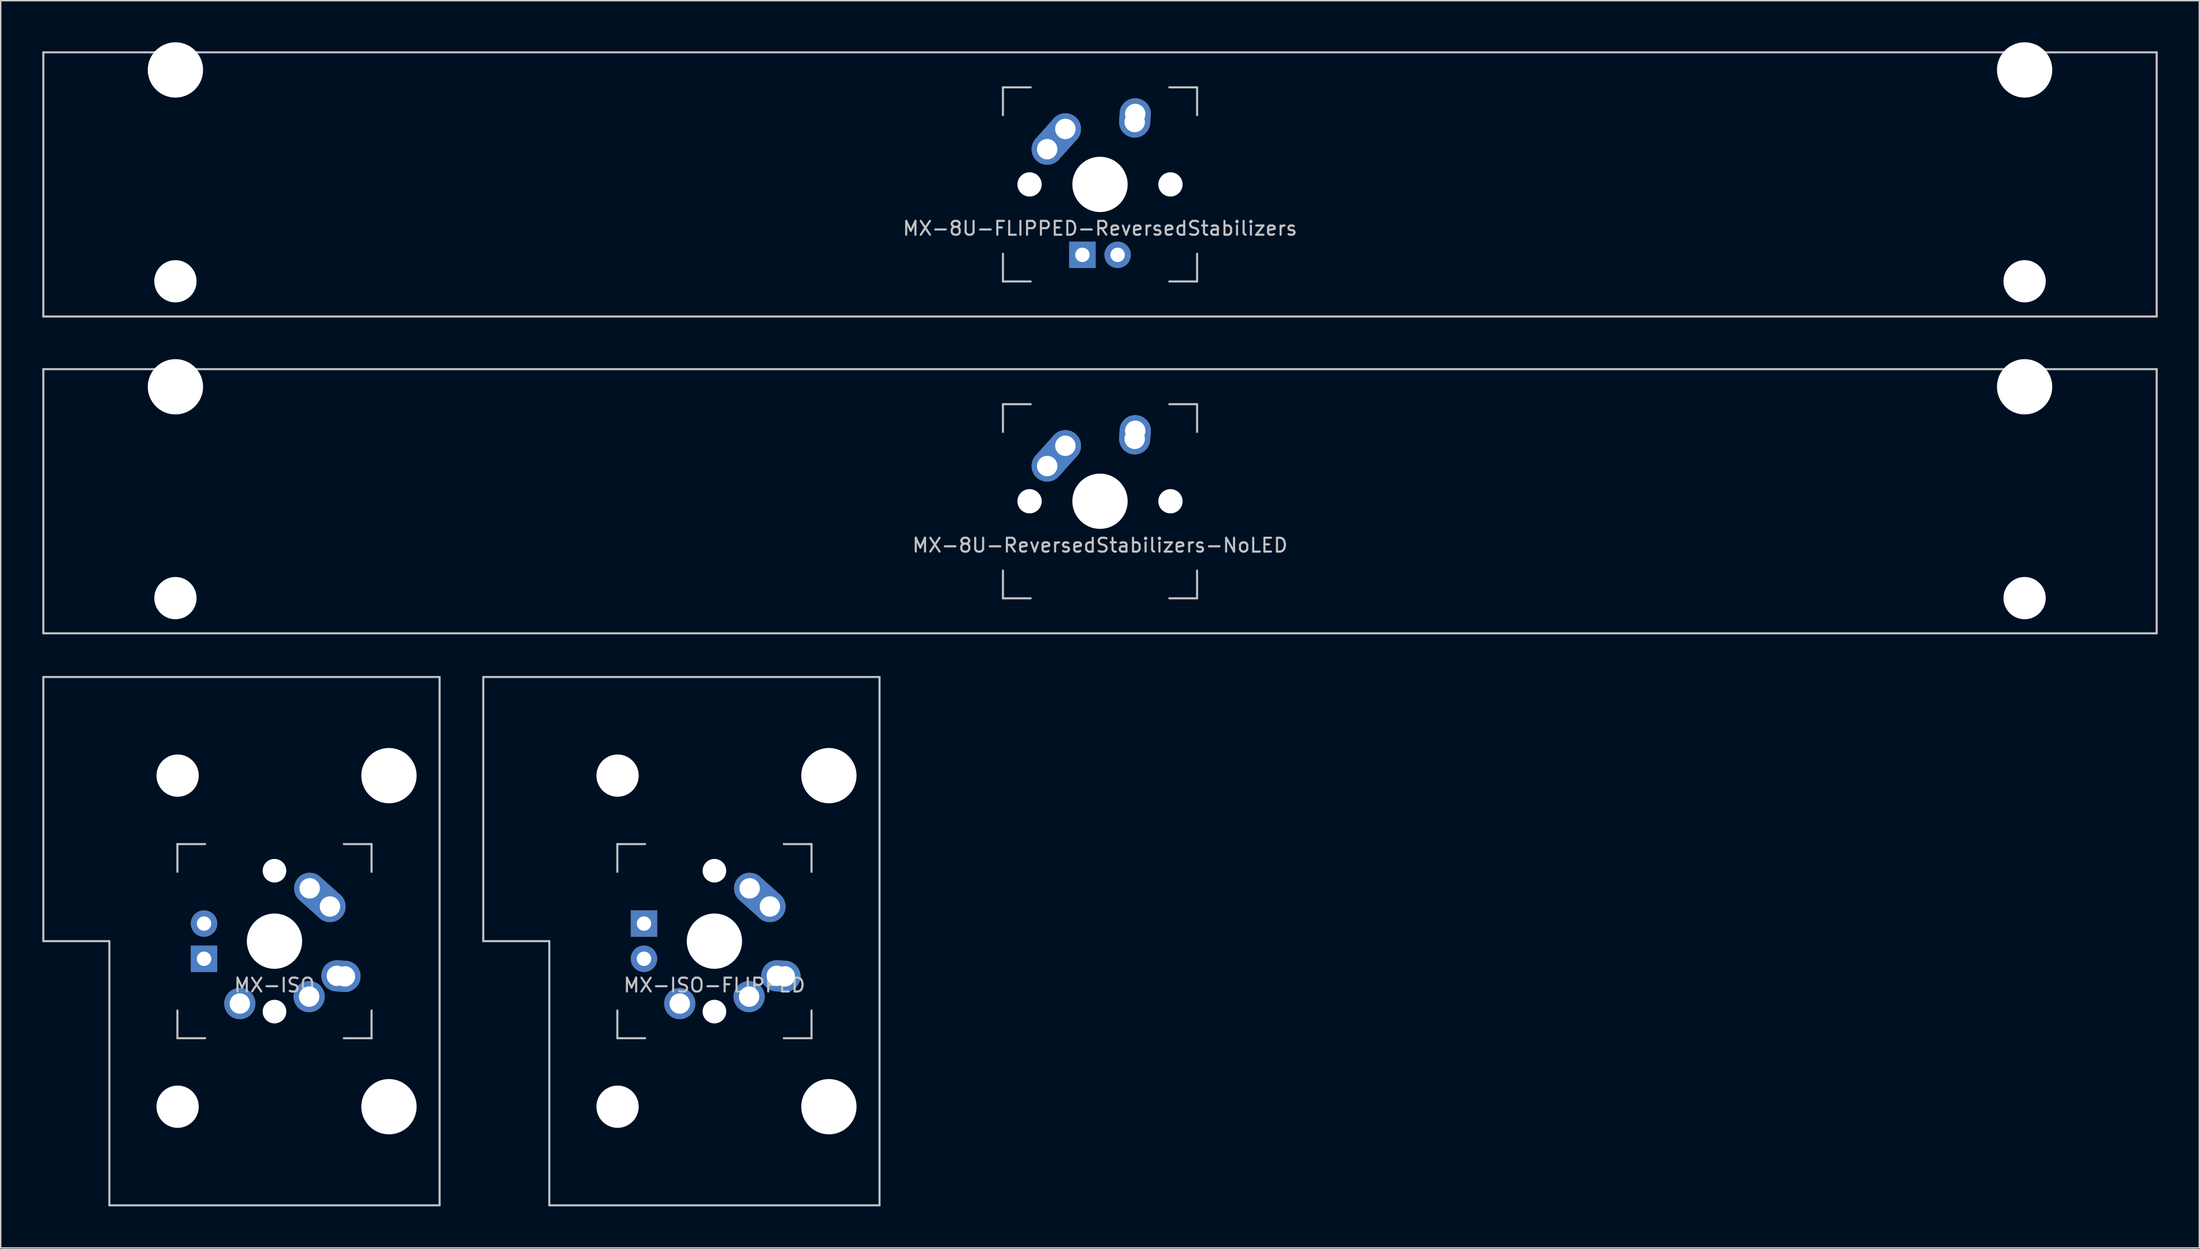
<source format=kicad_pcb>
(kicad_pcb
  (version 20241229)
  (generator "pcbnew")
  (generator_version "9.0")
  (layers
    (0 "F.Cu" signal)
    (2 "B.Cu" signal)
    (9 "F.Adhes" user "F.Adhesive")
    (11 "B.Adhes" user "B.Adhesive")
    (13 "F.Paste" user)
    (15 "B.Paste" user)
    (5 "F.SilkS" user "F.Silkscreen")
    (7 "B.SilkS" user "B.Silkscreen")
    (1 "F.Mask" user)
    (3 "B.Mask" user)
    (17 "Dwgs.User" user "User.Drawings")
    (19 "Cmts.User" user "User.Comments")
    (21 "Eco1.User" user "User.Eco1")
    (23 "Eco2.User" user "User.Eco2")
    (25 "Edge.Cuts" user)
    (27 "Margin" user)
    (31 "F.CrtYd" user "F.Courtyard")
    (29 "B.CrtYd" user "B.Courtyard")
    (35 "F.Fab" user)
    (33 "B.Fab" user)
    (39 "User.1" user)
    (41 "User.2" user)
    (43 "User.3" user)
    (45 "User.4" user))
  (footprint "MX-ISO-FLIPPED"
    (layer "F.Cu")
    (at 48.469 64.823)
    (property "Reference" "MX-ISO-FLIPPED" (at 0 3.175 0) (layer "Dwgs.User") (effects (font (size 1 1) (thickness 0.15))))
    (attr through_hole)
    (fp_line (start -16.669 -19.05) (end -16.669 0) (stroke (width 0.15) (type solid)) (layer "Dwgs.User"))
    (fp_line (start -16.669 -19.05) (end 11.906 -19.05) (stroke (width 0.15) (type solid)) (layer "Dwgs.User"))
    (fp_line (start -11.906 0) (end -16.669 0) (stroke (width 0.15) (type solid)) (layer "Dwgs.User"))
    (fp_line (start -11.906 19.05) (end -11.906 0) (stroke (width 0.15) (type solid)) (layer "Dwgs.User"))
    (fp_line (start -11.906 19.05) (end 11.906 19.05) (stroke (width 0.15) (type solid)) (layer "Dwgs.User"))
    (fp_line (start -7 -7) (end -7 -5) (stroke (width 0.15) (type solid)) (layer "Dwgs.User"))
    (fp_line (start -7 5) (end -7 7) (stroke (width 0.15) (type solid)) (layer "Dwgs.User"))
    (fp_line (start -7 7) (end -5 7) (stroke (width 0.15) (type solid)) (layer "Dwgs.User"))
    (fp_line (start -5 -7) (end -7 -7) (stroke (width 0.15) (type solid)) (layer "Dwgs.User"))
    (fp_line (start 5 -7) (end 7 -7) (stroke (width 0.15) (type solid)) (layer "Dwgs.User"))
    (fp_line (start 5 7) (end 7 7) (stroke (width 0.15) (type solid)) (layer "Dwgs.User"))
    (fp_line (start 7 -7) (end 7 -5) (stroke (width 0.15) (type solid)) (layer "Dwgs.User"))
    (fp_line (start 7 7) (end 7 5) (stroke (width 0.15) (type solid)) (layer "Dwgs.User"))
    (fp_line (start 11.906 -19.05) (end 11.906 19.05) (stroke (width 0.15) (type solid)) (layer "Dwgs.User"))
    (pad "" np_thru_hole circle (at -6.985 -11.938) (size 3.048 3.048) (drill 3.048) (layers "*.Cu" "*.Mask"))
    (pad "" np_thru_hole circle (at -6.985 11.938) (size 3.048 3.048) (drill 3.048) (layers "*.Cu" "*.Mask"))
    (pad "" np_thru_hole circle (at 0 -5.08 48.1) (size 1.702 1.702) (drill 1.702) (layers "*.Cu" "*.Mask"))
    (pad "" np_thru_hole circle (at 0 0) (size 3.988 3.988) (drill 3.988) (layers "*.Cu" "*.Mask"))
    (pad "" np_thru_hole circle (at 0 5.08 48.1) (size 1.702 1.702) (drill 1.702) (layers "*.Cu" "*.Mask"))
    (pad "" np_thru_hole circle (at 8.255 -11.938) (size 3.988 3.988) (drill 3.988) (layers "*.Cu" "*.Mask"))
    (pad "" np_thru_hole circle (at 8.255 11.938) (size 3.988 3.988) (drill 3.988) (layers "*.Cu" "*.Mask"))
    (pad "1" thru_hole circle (at 2.5 4) (size 2.25 2.25) (drill 1.47) (layers "*.Cu" "*.Mask"))
    (pad "1" thru_hole oval (at 4.5 2.5 356.055) (size 2.831 2.25) (drill 1.47 (offset 0.291 0)) (layers "*.Cu" "*.Mask"))
    (pad "1" thru_hole circle (at 5.08 2.54) (size 2.25 2.25) (drill 1.47) (layers "*.Cu" "*.Mask"))
    (pad "2" thru_hole circle (at -2.5 4.5) (size 2.25 2.25) (drill 1.47) (layers "*.Cu" "*.Mask"))
    (pad "2" thru_hole oval (at 2.54 -3.81 318.1) (size 4.212 2.25) (drill 1.47 (offset 0.981 0)) (layers "*.Cu" "*.Mask"))
    (pad "2" thru_hole circle (at 4 -2.5) (size 2.25 2.25) (drill 1.47) (layers "*.Cu" "*.Mask"))
    (pad "3" thru_hole circle (at -5.08 1.27) (size 1.905 1.905) (drill 1.04) (layers "*.Cu" "*.Mask"))
    (pad "4" thru_hole rect (at -5.08 -1.27) (size 1.905 1.905) (drill 1.04) (layers "*.Cu" "*.Mask")))
  (footprint "MX-8U-FLIPPED-ReversedStabilizers"
    (layer "F.Cu")
    (at 76.275 10.249)
    (property "Reference" "MX-8U-FLIPPED-ReversedStabilizers" (at 0 3.175 0) (layer "Dwgs.User") (effects (font (size 1 1) (thickness 0.15))))
    (attr through_hole)
    (fp_line (start -76.2 -9.525) (end 76.2 -9.525) (stroke (width 0.15) (type solid)) (layer "Dwgs.User"))
    (fp_line (start -76.2 9.525) (end -76.2 -9.525) (stroke (width 0.15) (type solid)) (layer "Dwgs.User"))
    (fp_line (start -76.2 9.525) (end 76.2 9.525) (stroke (width 0.15) (type solid)) (layer "Dwgs.User"))
    (fp_line (start -7 -7) (end -7 -5) (stroke (width 0.15) (type solid)) (layer "Dwgs.User"))
    (fp_line (start -7 5) (end -7 7) (stroke (width 0.15) (type solid)) (layer "Dwgs.User"))
    (fp_line (start -7 7) (end -5 7) (stroke (width 0.15) (type solid)) (layer "Dwgs.User"))
    (fp_line (start -5 -7) (end -7 -7) (stroke (width 0.15) (type solid)) (layer "Dwgs.User"))
    (fp_line (start 5 -7) (end 7 -7) (stroke (width 0.15) (type solid)) (layer "Dwgs.User"))
    (fp_line (start 5 7) (end 7 7) (stroke (width 0.15) (type solid)) (layer "Dwgs.User"))
    (fp_line (start 7 -7) (end 7 -5) (stroke (width 0.15) (type solid)) (layer "Dwgs.User"))
    (fp_line (start 7 7) (end 7 5) (stroke (width 0.15) (type solid)) (layer "Dwgs.User"))
    (fp_line (start 76.2 -9.525) (end 76.2 9.525) (stroke (width 0.15) (type solid)) (layer "Dwgs.User"))
    (pad "" np_thru_hole circle (at -66.675 -8.255) (size 3.988 3.988) (drill 3.988) (layers "*.Cu" "*.Mask"))
    (pad "" np_thru_hole circle (at -66.675 6.985) (size 3.048 3.048) (drill 3.048) (layers "*.Cu" "*.Mask"))
    (pad "" np_thru_hole circle (at -5.08 0 48.1) (size 1.75 1.75) (drill 1.75) (layers "*.Cu" "*.Mask"))
    (pad "" np_thru_hole circle (at 0 0) (size 3.988 3.988) (drill 3.988) (layers "*.Cu" "*.Mask"))
    (pad "" np_thru_hole circle (at 5.08 0 48.1) (size 1.75 1.75) (drill 1.75) (layers "*.Cu" "*.Mask"))
    (pad "" np_thru_hole circle (at 66.675 -8.255) (size 3.988 3.988) (drill 3.988) (layers "*.Cu" "*.Mask"))
    (pad "" np_thru_hole circle (at 66.675 6.985) (size 3.048 3.048) (drill 3.048) (layers "*.Cu" "*.Mask"))
    (pad "1" thru_hole oval (at -3.81 -2.54 48.1) (size 4.212 2.25) (drill 1.47 (offset 0.981 0)) (layers "*.Cu" "*.Mask"))
    (pad "1" thru_hole circle (at -2.5 -4) (size 2.25 2.25) (drill 1.47) (layers "*.Cu" "*.Mask"))
    (pad "2" thru_hole oval (at 2.5 -4.5 86.055) (size 2.831 2.25) (drill 1.47 (offset 0.291 0)) (layers "*.Cu" "*.Mask"))
    (pad "2" thru_hole circle (at 2.54 -5.08) (size 2.25 2.25) (drill 1.47) (layers "*.Cu" "*.Mask"))
    (pad "3" thru_hole circle (at 1.27 5.08) (size 1.905 1.905) (drill 1.04) (layers "*.Cu" "*.Mask"))
    (pad "4" thru_hole rect (at -1.27 5.08) (size 1.905 1.905) (drill 1.04) (layers "*.Cu" "*.Mask")))
  (footprint "MX-ISO"
    (layer "F.Cu")
    (at 16.744 64.823)
    (property "Reference" "MX-ISO" (at 0 3.175 0) (layer "Dwgs.User") (effects (font (size 1 1) (thickness 0.15))))
    (attr through_hole)
    (fp_line (start -16.669 -19.05) (end -16.669 0) (stroke (width 0.15) (type solid)) (layer "Dwgs.User"))
    (fp_line (start -16.669 -19.05) (end 11.906 -19.05) (stroke (width 0.15) (type solid)) (layer "Dwgs.User"))
    (fp_line (start -11.906 0) (end -16.669 0) (stroke (width 0.15) (type solid)) (layer "Dwgs.User"))
    (fp_line (start -11.906 19.05) (end -11.906 0) (stroke (width 0.15) (type solid)) (layer "Dwgs.User"))
    (fp_line (start -11.906 19.05) (end 11.906 19.05) (stroke (width 0.15) (type solid)) (layer "Dwgs.User"))
    (fp_line (start -7 -7) (end -7 -5) (stroke (width 0.15) (type solid)) (layer "Dwgs.User"))
    (fp_line (start -7 5) (end -7 7) (stroke (width 0.15) (type solid)) (layer "Dwgs.User"))
    (fp_line (start -7 7) (end -5 7) (stroke (width 0.15) (type solid)) (layer "Dwgs.User"))
    (fp_line (start -5 -7) (end -7 -7) (stroke (width 0.15) (type solid)) (layer "Dwgs.User"))
    (fp_line (start 5 -7) (end 7 -7) (stroke (width 0.15) (type solid)) (layer "Dwgs.User"))
    (fp_line (start 5 7) (end 7 7) (stroke (width 0.15) (type solid)) (layer "Dwgs.User"))
    (fp_line (start 7 -7) (end 7 -5) (stroke (width 0.15) (type solid)) (layer "Dwgs.User"))
    (fp_line (start 7 7) (end 7 5) (stroke (width 0.15) (type solid)) (layer "Dwgs.User"))
    (fp_line (start 11.906 -19.05) (end 11.906 19.05) (stroke (width 0.15) (type solid)) (layer "Dwgs.User"))
    (pad "" np_thru_hole circle (at -6.985 -11.938) (size 3.048 3.048) (drill 3.048) (layers "*.Cu" "*.Mask"))
    (pad "" np_thru_hole circle (at -6.985 11.938) (size 3.048 3.048) (drill 3.048) (layers "*.Cu" "*.Mask"))
    (pad "" np_thru_hole circle (at 0 -5.08 48.1) (size 1.702 1.702) (drill 1.702) (layers "*.Cu" "*.Mask"))
    (pad "" np_thru_hole circle (at 0 0) (size 3.988 3.988) (drill 3.988) (layers "*.Cu" "*.Mask"))
    (pad "" np_thru_hole circle (at 0 5.08 48.1) (size 1.702 1.702) (drill 1.702) (layers "*.Cu" "*.Mask"))
    (pad "" np_thru_hole circle (at 8.255 -11.938) (size 3.988 3.988) (drill 3.988) (layers "*.Cu" "*.Mask"))
    (pad "" np_thru_hole circle (at 8.255 11.938) (size 3.988 3.988) (drill 3.988) (layers "*.Cu" "*.Mask"))
    (pad "1" thru_hole circle (at 2.5 4) (size 2.25 2.25) (drill 1.47) (layers "*.Cu" "*.Mask"))
    (pad "1" thru_hole oval (at 4.5 2.5 356.055) (size 2.831 2.25) (drill 1.47 (offset 0.291 0)) (layers "*.Cu" "*.Mask"))
    (pad "1" thru_hole circle (at 5.08 2.54) (size 2.25 2.25) (drill 1.47) (layers "*.Cu" "*.Mask"))
    (pad "2" thru_hole circle (at -2.5 4.5) (size 2.25 2.25) (drill 1.47) (layers "*.Cu" "*.Mask"))
    (pad "2" thru_hole oval (at 2.54 -3.81 318.1) (size 4.212 2.25) (drill 1.47 (offset 0.981 0)) (layers "*.Cu" "*.Mask"))
    (pad "2" thru_hole circle (at 4 -2.5) (size 2.25 2.25) (drill 1.47) (layers "*.Cu" "*.Mask"))
    (pad "3" thru_hole circle (at -5.08 -1.27) (size 1.905 1.905) (drill 1.04) (layers "*.Cu" "*.Mask"))
    (pad "4" thru_hole rect (at -5.08 1.27) (size 1.905 1.905) (drill 1.04) (layers "*.Cu" "*.Mask")))
  (footprint "MX-8U-ReversedStabilizers-NoLED"
    (layer "F.Cu")
    (at 76.275 33.098)
    (property "Reference" "MX-8U-ReversedStabilizers-NoLED" (at 0 3.175 0) (layer "Dwgs.User") (effects (font (size 1 1) (thickness 0.15))))
    (attr through_hole)
    (fp_line (start -76.2 -9.525) (end 76.2 -9.525) (stroke (width 0.15) (type solid)) (layer "Dwgs.User"))
    (fp_line (start -76.2 9.525) (end -76.2 -9.525) (stroke (width 0.15) (type solid)) (layer "Dwgs.User"))
    (fp_line (start -76.2 9.525) (end 76.2 9.525) (stroke (width 0.15) (type solid)) (layer "Dwgs.User"))
    (fp_line (start -7 -7) (end -7 -5) (stroke (width 0.15) (type solid)) (layer "Dwgs.User"))
    (fp_line (start -7 5) (end -7 7) (stroke (width 0.15) (type solid)) (layer "Dwgs.User"))
    (fp_line (start -7 7) (end -5 7) (stroke (width 0.15) (type solid)) (layer "Dwgs.User"))
    (fp_line (start -5 -7) (end -7 -7) (stroke (width 0.15) (type solid)) (layer "Dwgs.User"))
    (fp_line (start 5 -7) (end 7 -7) (stroke (width 0.15) (type solid)) (layer "Dwgs.User"))
    (fp_line (start 5 7) (end 7 7) (stroke (width 0.15) (type solid)) (layer "Dwgs.User"))
    (fp_line (start 7 -7) (end 7 -5) (stroke (width 0.15) (type solid)) (layer "Dwgs.User"))
    (fp_line (start 7 7) (end 7 5) (stroke (width 0.15) (type solid)) (layer "Dwgs.User"))
    (fp_line (start 76.2 -9.525) (end 76.2 9.525) (stroke (width 0.15) (type solid)) (layer "Dwgs.User"))
    (pad "" np_thru_hole circle (at -66.675 -8.255) (size 3.988 3.988) (drill 3.988) (layers "*.Cu" "*.Mask"))
    (pad "" np_thru_hole circle (at -66.675 6.985) (size 3.048 3.048) (drill 3.048) (layers "*.Cu" "*.Mask"))
    (pad "" np_thru_hole circle (at -5.08 0 48.1) (size 1.75 1.75) (drill 1.75) (layers "*.Cu" "*.Mask"))
    (pad "" np_thru_hole circle (at 0 0) (size 3.988 3.988) (drill 3.988) (layers "*.Cu" "*.Mask"))
    (pad "" np_thru_hole circle (at 5.08 0 48.1) (size 1.75 1.75) (drill 1.75) (layers "*.Cu" "*.Mask"))
    (pad "" np_thru_hole circle (at 66.675 -8.255) (size 3.988 3.988) (drill 3.988) (layers "*.Cu" "*.Mask"))
    (pad "" np_thru_hole circle (at 66.675 6.985) (size 3.048 3.048) (drill 3.048) (layers "*.Cu" "*.Mask"))
    (pad "1" thru_hole oval (at -3.81 -2.54 48.1) (size 4.212 2.25) (drill 1.47 (offset 0.981 0)) (layers "*.Cu" "*.Mask"))
    (pad "1" thru_hole circle (at -2.5 -4) (size 2.25 2.25) (drill 1.47) (layers "*.Cu" "*.Mask"))
    (pad "2" thru_hole oval (at 2.5 -4.5 86.055) (size 2.831 2.25) (drill 1.47 (offset 0.291 0)) (layers "*.Cu" "*.Mask"))
    (pad "2" thru_hole circle (at 2.54 -5.08) (size 2.25 2.25) (drill 1.47) (layers "*.Cu" "*.Mask")))
  (gr_rect
    (start -3 -3)
    (end 155.55 86.948)
    (stroke (width 0.1) (type default))
    (fill no)
    (layer "Edge.Cuts")))
</source>
